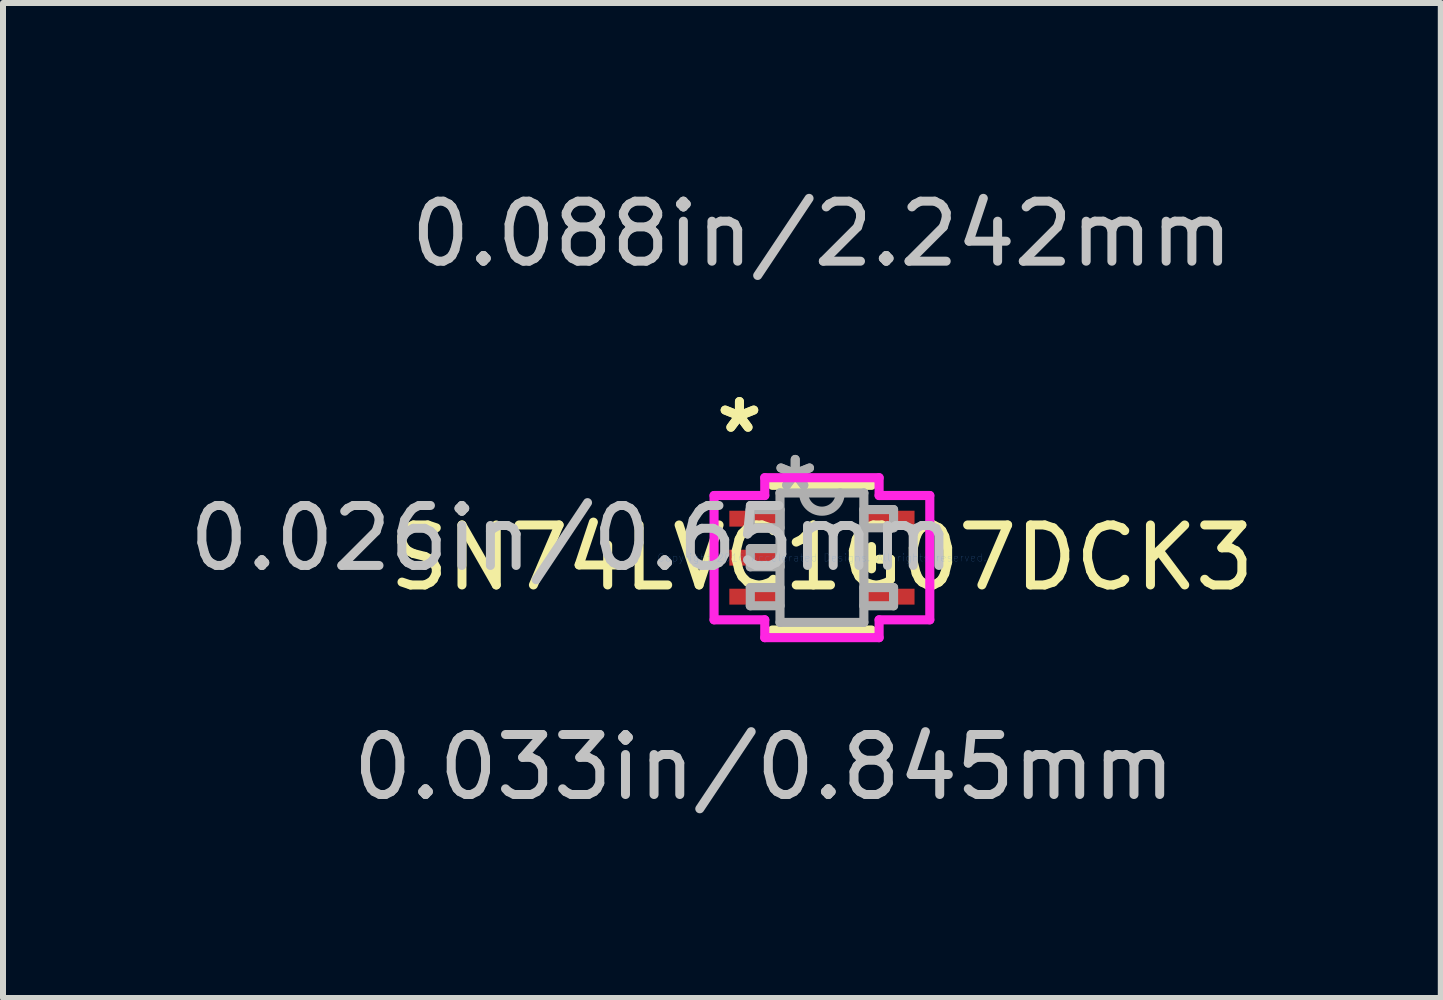
<source format=kicad_pcb>
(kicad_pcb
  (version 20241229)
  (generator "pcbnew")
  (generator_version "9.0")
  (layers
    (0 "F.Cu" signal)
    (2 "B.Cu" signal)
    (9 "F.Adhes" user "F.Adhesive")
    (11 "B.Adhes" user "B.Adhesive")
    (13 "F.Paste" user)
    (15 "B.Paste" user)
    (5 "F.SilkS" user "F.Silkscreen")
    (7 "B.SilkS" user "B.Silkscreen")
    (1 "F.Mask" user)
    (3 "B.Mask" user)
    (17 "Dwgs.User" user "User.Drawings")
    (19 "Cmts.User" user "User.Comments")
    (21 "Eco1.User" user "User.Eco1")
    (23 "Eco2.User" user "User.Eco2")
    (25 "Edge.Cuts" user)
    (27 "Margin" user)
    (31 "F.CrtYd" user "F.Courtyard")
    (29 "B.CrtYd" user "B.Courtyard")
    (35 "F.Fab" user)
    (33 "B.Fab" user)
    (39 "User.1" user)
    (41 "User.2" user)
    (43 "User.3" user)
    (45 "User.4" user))
  (footprint "SN74LVC1G07DCK3"
    (layer "F.Cu")
    (at 10.651 6.246)
    (property "Reference" "SN74LVC1G07DCK3" (at 0 0 0) (layer "F.SilkS") (effects (font (size 1 1) (thickness 0.15))))
    (attr through_hole)
    (fp_line (start -0.826 1.206) (end 0.826 1.206) (stroke (width 0.152) (type solid)) (layer "F.SilkS"))
    (fp_line (start 0.826 -1.206) (end -0.826 -1.206) (stroke (width 0.152) (type solid)) (layer "F.SilkS"))
    (fp_line (start 0.826 0.185) (end 0.826 -0.185) (stroke (width 0.152) (type solid)) (layer "F.SilkS"))
    (fp_line (start -1.798 -1.036) (end -0.953 -1.036) (stroke (width 0.152) (type solid)) (layer "F.CrtYd"))
    (fp_line (start -1.798 1.036) (end -1.798 -1.036) (stroke (width 0.152) (type solid)) (layer "F.CrtYd"))
    (fp_line (start -0.953 -1.333) (end 0.953 -1.333) (stroke (width 0.152) (type solid)) (layer "F.CrtYd"))
    (fp_line (start -0.953 -1.036) (end -0.953 -1.333) (stroke (width 0.152) (type solid)) (layer "F.CrtYd"))
    (fp_line (start -0.953 1.036) (end -1.798 1.036) (stroke (width 0.152) (type solid)) (layer "F.CrtYd"))
    (fp_line (start -0.953 1.333) (end -0.953 1.036) (stroke (width 0.152) (type solid)) (layer "F.CrtYd"))
    (fp_line (start 0.953 -1.333) (end 0.953 -1.036) (stroke (width 0.152) (type solid)) (layer "F.CrtYd"))
    (fp_line (start 0.953 -1.036) (end 1.798 -1.036) (stroke (width 0.152) (type solid)) (layer "F.CrtYd"))
    (fp_line (start 0.953 1.036) (end 0.953 1.333) (stroke (width 0.152) (type solid)) (layer "F.CrtYd"))
    (fp_line (start 0.953 1.333) (end -0.953 1.333) (stroke (width 0.152) (type solid)) (layer "F.CrtYd"))
    (fp_line (start 1.798 -1.036) (end 1.798 1.036) (stroke (width 0.152) (type solid)) (layer "F.CrtYd"))
    (fp_line (start 1.798 1.036) (end 0.953 1.036) (stroke (width 0.152) (type solid)) (layer "F.CrtYd"))
    (fp_line (start -1.194 -0.802) (end -1.194 -0.498) (stroke (width 0.152) (type solid)) (layer "F.Fab"))
    (fp_line (start -1.194 -0.498) (end -0.699 -0.498) (stroke (width 0.152) (type solid)) (layer "F.Fab"))
    (fp_line (start -1.194 -0.152) (end -1.194 0.152) (stroke (width 0.152) (type solid)) (layer "F.Fab"))
    (fp_line (start -1.194 0.152) (end -0.699 0.152) (stroke (width 0.152) (type solid)) (layer "F.Fab"))
    (fp_line (start -1.194 0.498) (end -1.194 0.802) (stroke (width 0.152) (type solid)) (layer "F.Fab"))
    (fp_line (start -1.194 0.802) (end -0.699 0.802) (stroke (width 0.152) (type solid)) (layer "F.Fab"))
    (fp_line (start -0.699 -1.079) (end -0.699 1.079) (stroke (width 0.152) (type solid)) (layer "F.Fab"))
    (fp_line (start -0.699 -0.802) (end -1.194 -0.802) (stroke (width 0.152) (type solid)) (layer "F.Fab"))
    (fp_line (start -0.699 -0.498) (end -0.699 -0.802) (stroke (width 0.152) (type solid)) (layer "F.Fab"))
    (fp_line (start -0.699 -0.152) (end -1.194 -0.152) (stroke (width 0.152) (type solid)) (layer "F.Fab"))
    (fp_line (start -0.699 0.152) (end -0.699 -0.152) (stroke (width 0.152) (type solid)) (layer "F.Fab"))
    (fp_line (start -0.699 0.498) (end -1.194 0.498) (stroke (width 0.152) (type solid)) (layer "F.Fab"))
    (fp_line (start -0.699 0.802) (end -0.699 0.498) (stroke (width 0.152) (type solid)) (layer "F.Fab"))
    (fp_line (start -0.699 1.079) (end 0.699 1.079) (stroke (width 0.152) (type solid)) (layer "F.Fab"))
    (fp_line (start 0.699 -1.079) (end -0.699 -1.079) (stroke (width 0.152) (type solid)) (layer "F.Fab"))
    (fp_line (start 0.699 -0.802) (end 0.699 -0.498) (stroke (width 0.152) (type solid)) (layer "F.Fab"))
    (fp_line (start 0.699 -0.498) (end 1.194 -0.498) (stroke (width 0.152) (type solid)) (layer "F.Fab"))
    (fp_line (start 0.699 0.498) (end 0.699 0.802) (stroke (width 0.152) (type solid)) (layer "F.Fab"))
    (fp_line (start 0.699 0.802) (end 1.194 0.802) (stroke (width 0.152) (type solid)) (layer "F.Fab"))
    (fp_line (start 0.699 1.079) (end 0.699 -1.079) (stroke (width 0.152) (type solid)) (layer "F.Fab"))
    (fp_line (start 1.194 -0.802) (end 0.699 -0.802) (stroke (width 0.152) (type solid)) (layer "F.Fab"))
    (fp_line (start 1.194 -0.498) (end 1.194 -0.802) (stroke (width 0.152) (type solid)) (layer "F.Fab"))
    (fp_line (start 1.194 0.498) (end 0.699 0.498) (stroke (width 0.152) (type solid)) (layer "F.Fab"))
    (fp_line (start 1.194 0.802) (end 1.194 0.498) (stroke (width 0.152) (type solid)) (layer "F.Fab"))
    (fp_arc (start 0.3048 -1.0795) (mid 0 -0.7747) (end -0.3048 -1.0795) (stroke (width 0.1524) (type solid)) (layer "F.Fab"))
    (fp_text user "*" (at -1.375 -2.058 0) (layer "F.SilkS") (effects (font (size 1 1) (thickness 0.15))))
    (fp_text user "*" (at -1.375 -2.058 0) (layer "F.SilkS") (effects (font (size 1 1) (thickness 0.15))))
    (fp_text user "0.033in/0.845mm" (at -0.965 3.493 0) (layer "Dwgs.User") (effects (font (size 1 1) (thickness 0.15))))
    (fp_text user "0.026in/0.65mm" (at -4.169 -0.325 0) (layer "Dwgs.User") (effects (font (size 1 1) (thickness 0.15))))
    (fp_text user "0.088in/2.242mm" (at 0 -5.397 0) (layer "Dwgs.User") (effects (font (size 1 1) (thickness 0.15))))
    (fp_text user "Copyright 2016 Accelerated Designs. All rights reserved." (at 0 0 0) (layer "Cmts.User") (effects (font (size 0.127 0.127) (thickness 0.002))))
    (fp_text user "*" (at -0.445 -1.093 0) (layer "F.Fab") (effects (font (size 1 1) (thickness 0.15))))
    (fp_text user "*" (at -0.445 -1.093 0) (layer "F.Fab") (effects (font (size 1 1) (thickness 0.15))))
    (pad "1" smd rect (at -1.121 -0.65) (size 0.845 0.265) (layers "F.Cu" "F.Mask" "F.Paste"))
    (pad "2" smd rect (at -1.121 0) (size 0.845 0.265) (layers "F.Cu" "F.Mask" "F.Paste"))
    (pad "3" smd rect (at -1.121 0.65) (size 0.845 0.265) (layers "F.Cu" "F.Mask" "F.Paste"))
    (pad "4" smd rect (at 1.121 0.65) (size 0.845 0.265) (layers "F.Cu" "F.Mask" "F.Paste"))
    (pad "5" smd rect (at 1.121 -0.65) (size 0.845 0.265) (layers "F.Cu" "F.Mask" "F.Paste")))
  (gr_rect
    (start -3 -3)
    (end 20.967 13.586)
    (stroke (width 0.1) (type default))
    (fill no)
    (layer "Edge.Cuts")))
</source>
